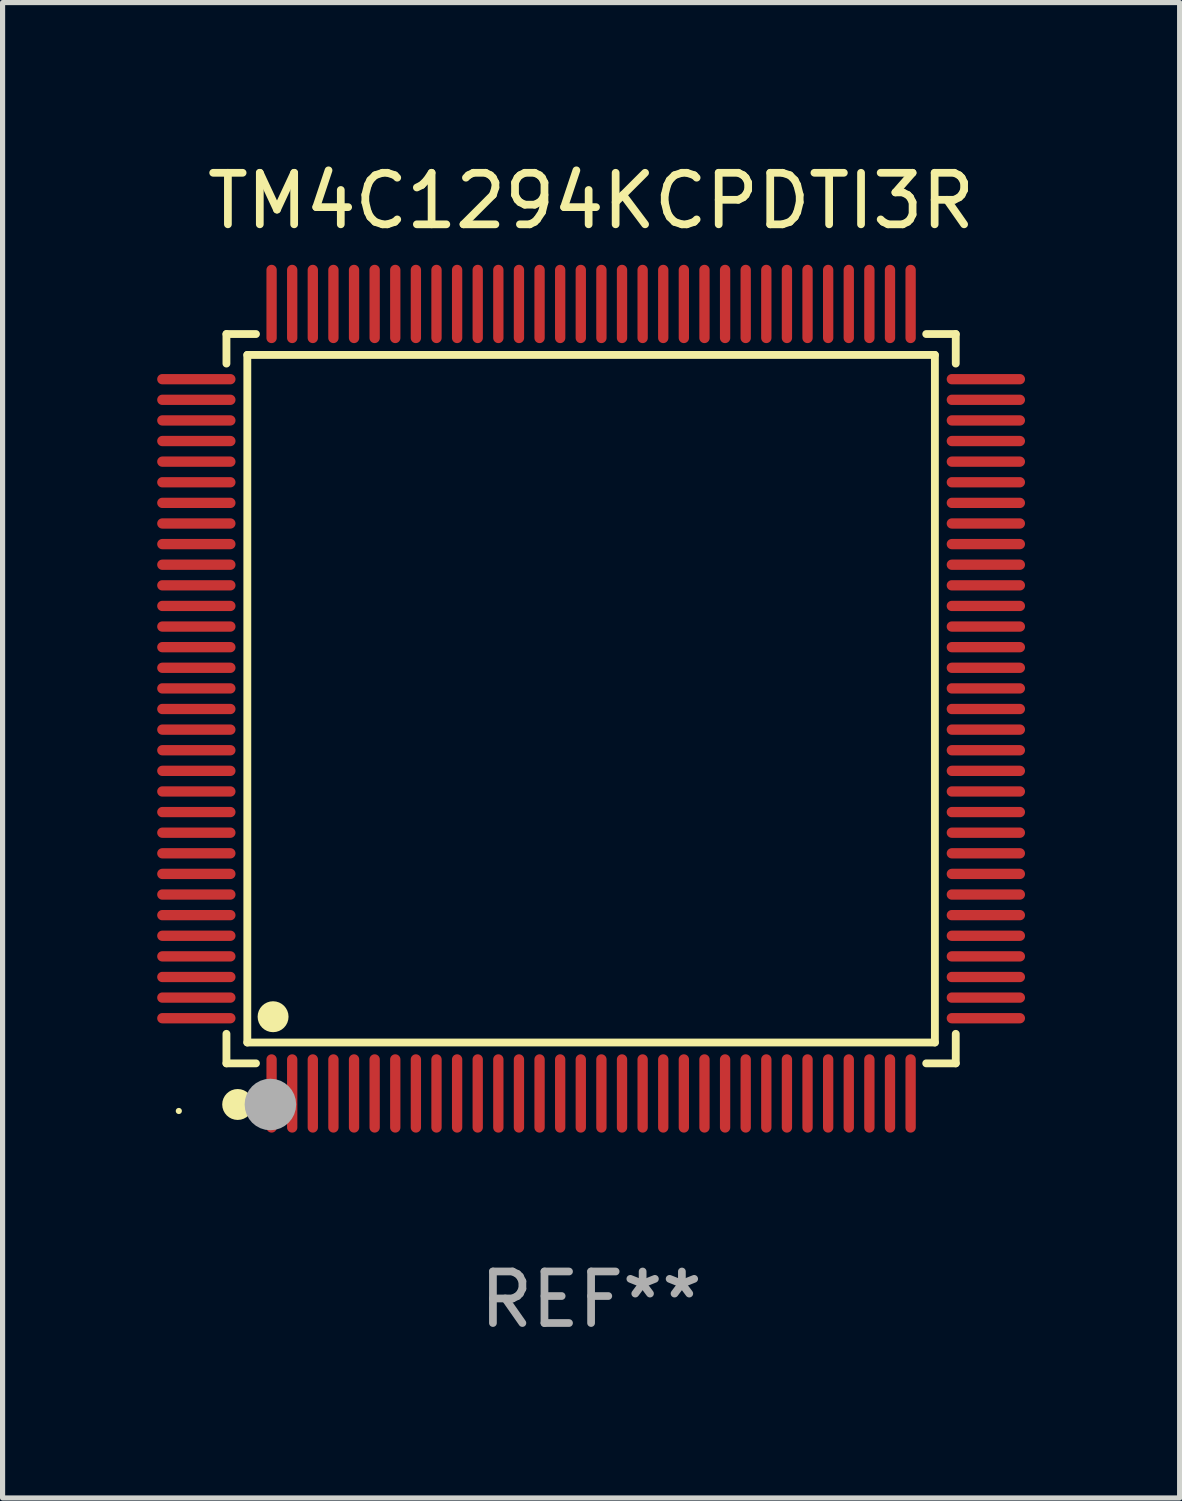
<source format=kicad_pcb>
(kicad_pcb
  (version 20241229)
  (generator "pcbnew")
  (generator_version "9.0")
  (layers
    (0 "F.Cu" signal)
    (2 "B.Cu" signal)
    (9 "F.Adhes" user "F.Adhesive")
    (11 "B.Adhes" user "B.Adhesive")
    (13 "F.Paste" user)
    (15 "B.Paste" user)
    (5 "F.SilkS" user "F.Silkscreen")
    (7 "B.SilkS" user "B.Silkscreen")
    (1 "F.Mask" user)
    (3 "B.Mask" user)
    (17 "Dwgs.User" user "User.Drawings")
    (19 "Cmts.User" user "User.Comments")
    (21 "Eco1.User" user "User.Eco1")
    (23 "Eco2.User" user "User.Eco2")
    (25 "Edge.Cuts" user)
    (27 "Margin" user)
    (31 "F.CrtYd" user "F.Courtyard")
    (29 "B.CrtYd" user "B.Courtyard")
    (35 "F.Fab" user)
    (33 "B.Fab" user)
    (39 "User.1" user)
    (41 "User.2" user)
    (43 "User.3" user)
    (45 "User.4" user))
  (footprint "TM4C1294KCPDTI3R"
    (layer "F.Cu")
    (at 8.42 10.508)
    (property "Reference" "TM4C1294KCPDTI3R" (at 0 -9.66 0) (layer "F.SilkS") (effects (font (size 1 1) (thickness 0.15))))
    (attr through_hole)
    (fp_line (start -7.076 -7.076) (end -6.503 -7.076) (stroke (width 0.152) (type solid)) (layer "F.SilkS"))
    (fp_line (start -7.076 -6.503) (end -7.076 -7.076) (stroke (width 0.152) (type solid)) (layer "F.SilkS"))
    (fp_line (start -7.076 6.503) (end -7.076 7.076) (stroke (width 0.152) (type solid)) (layer "F.SilkS"))
    (fp_line (start -7.076 7.076) (end -6.503 7.076) (stroke (width 0.152) (type solid)) (layer "F.SilkS"))
    (fp_line (start -6.671 -6.671) (end 6.671 -6.671) (stroke (width 0.152) (type solid)) (layer "F.SilkS"))
    (fp_line (start -6.671 6.671) (end -6.671 -6.671) (stroke (width 0.152) (type solid)) (layer "F.SilkS"))
    (fp_line (start 6.671 -6.671) (end 6.671 6.671) (stroke (width 0.152) (type solid)) (layer "F.SilkS"))
    (fp_line (start 6.671 6.671) (end -6.671 6.671) (stroke (width 0.152) (type solid)) (layer "F.SilkS"))
    (fp_line (start 7.076 -7.076) (end 6.503 -7.076) (stroke (width 0.152) (type solid)) (layer "F.SilkS"))
    (fp_line (start 7.076 -6.503) (end 7.076 -7.076) (stroke (width 0.152) (type solid)) (layer "F.SilkS"))
    (fp_line (start 7.076 6.503) (end 7.076 7.076) (stroke (width 0.152) (type solid)) (layer "F.SilkS"))
    (fp_line (start 7.076 7.076) (end 6.503 7.076) (stroke (width 0.152) (type solid)) (layer "F.SilkS"))
    (fp_circle (center -8 8) (end -7.97 8) (stroke (width 0.06) (type solid)) (fill no) (layer "F.SilkS"))
    (fp_circle (center -6.858 7.874) (end -6.708 7.874) (stroke (width 0.3) (type solid)) (fill no) (layer "F.SilkS"))
    (fp_circle (center -6.171 6.171) (end -6.021 6.171) (stroke (width 0.3) (type solid)) (fill no) (layer "F.SilkS"))
    (fp_circle (center -6.223 7.874) (end -5.973 7.874) (stroke (width 0.5) (type solid)) (fill no) (layer "F.Fab"))
    (fp_text user "REF**" (at 0 11.66 0) (layer "F.Fab") (effects (font (size 1 1) (thickness 0.15))))
    (pad "1" smd oval (at -6.2 7.66) (size 0.2 1.52) (layers "F.Cu" "F.Mask" "F.Paste"))
    (pad "2" smd oval (at -5.8 7.66) (size 0.2 1.52) (layers "F.Cu" "F.Mask" "F.Paste"))
    (pad "3" smd oval (at -5.4 7.66) (size 0.2 1.52) (layers "F.Cu" "F.Mask" "F.Paste"))
    (pad "4" smd oval (at -5 7.66) (size 0.2 1.52) (layers "F.Cu" "F.Mask" "F.Paste"))
    (pad "5" smd oval (at -4.6 7.66) (size 0.2 1.52) (layers "F.Cu" "F.Mask" "F.Paste"))
    (pad "6" smd oval (at -4.2 7.66) (size 0.2 1.52) (layers "F.Cu" "F.Mask" "F.Paste"))
    (pad "7" smd oval (at -3.8 7.66) (size 0.2 1.52) (layers "F.Cu" "F.Mask" "F.Paste"))
    (pad "8" smd oval (at -3.4 7.66) (size 0.2 1.52) (layers "F.Cu" "F.Mask" "F.Paste"))
    (pad "9" smd oval (at -3 7.66) (size 0.2 1.52) (layers "F.Cu" "F.Mask" "F.Paste"))
    (pad "10" smd oval (at -2.6 7.66) (size 0.2 1.52) (layers "F.Cu" "F.Mask" "F.Paste"))
    (pad "11" smd oval (at -2.2 7.66) (size 0.2 1.52) (layers "F.Cu" "F.Mask" "F.Paste"))
    (pad "12" smd oval (at -1.8 7.66) (size 0.2 1.52) (layers "F.Cu" "F.Mask" "F.Paste"))
    (pad "13" smd oval (at -1.4 7.66) (size 0.2 1.52) (layers "F.Cu" "F.Mask" "F.Paste"))
    (pad "14" smd oval (at -1 7.66) (size 0.2 1.52) (layers "F.Cu" "F.Mask" "F.Paste"))
    (pad "15" smd oval (at -0.6 7.66) (size 0.2 1.52) (layers "F.Cu" "F.Mask" "F.Paste"))
    (pad "16" smd oval (at -0.2 7.66) (size 0.2 1.52) (layers "F.Cu" "F.Mask" "F.Paste"))
    (pad "17" smd oval (at 0.2 7.66) (size 0.2 1.52) (layers "F.Cu" "F.Mask" "F.Paste"))
    (pad "18" smd oval (at 0.6 7.66) (size 0.2 1.52) (layers "F.Cu" "F.Mask" "F.Paste"))
    (pad "19" smd oval (at 1 7.66) (size 0.2 1.52) (layers "F.Cu" "F.Mask" "F.Paste"))
    (pad "20" smd oval (at 1.4 7.66) (size 0.2 1.52) (layers "F.Cu" "F.Mask" "F.Paste"))
    (pad "21" smd oval (at 1.8 7.66) (size 0.2 1.52) (layers "F.Cu" "F.Mask" "F.Paste"))
    (pad "22" smd oval (at 2.2 7.66) (size 0.2 1.52) (layers "F.Cu" "F.Mask" "F.Paste"))
    (pad "23" smd oval (at 2.6 7.66) (size 0.2 1.52) (layers "F.Cu" "F.Mask" "F.Paste"))
    (pad "24" smd oval (at 3 7.66) (size 0.2 1.52) (layers "F.Cu" "F.Mask" "F.Paste"))
    (pad "25" smd oval (at 3.4 7.66) (size 0.2 1.52) (layers "F.Cu" "F.Mask" "F.Paste"))
    (pad "26" smd oval (at 3.8 7.66) (size 0.2 1.52) (layers "F.Cu" "F.Mask" "F.Paste"))
    (pad "27" smd oval (at 4.2 7.66) (size 0.2 1.52) (layers "F.Cu" "F.Mask" "F.Paste"))
    (pad "28" smd oval (at 4.6 7.66) (size 0.2 1.52) (layers "F.Cu" "F.Mask" "F.Paste"))
    (pad "29" smd oval (at 5 7.66) (size 0.2 1.52) (layers "F.Cu" "F.Mask" "F.Paste"))
    (pad "30" smd oval (at 5.4 7.66) (size 0.2 1.52) (layers "F.Cu" "F.Mask" "F.Paste"))
    (pad "31" smd oval (at 5.8 7.66) (size 0.2 1.52) (layers "F.Cu" "F.Mask" "F.Paste"))
    (pad "32" smd oval (at 6.2 7.66) (size 0.2 1.52) (layers "F.Cu" "F.Mask" "F.Paste"))
    (pad "33" smd oval (at 7.66 6.2) (size 1.52 0.2) (layers "F.Cu" "F.Mask" "F.Paste"))
    (pad "34" smd oval (at 7.66 5.8) (size 1.52 0.2) (layers "F.Cu" "F.Mask" "F.Paste"))
    (pad "35" smd oval (at 7.66 5.4) (size 1.52 0.2) (layers "F.Cu" "F.Mask" "F.Paste"))
    (pad "36" smd oval (at 7.66 5) (size 1.52 0.2) (layers "F.Cu" "F.Mask" "F.Paste"))
    (pad "37" smd oval (at 7.66 4.6) (size 1.52 0.2) (layers "F.Cu" "F.Mask" "F.Paste"))
    (pad "38" smd oval (at 7.66 4.2) (size 1.52 0.2) (layers "F.Cu" "F.Mask" "F.Paste"))
    (pad "39" smd oval (at 7.66 3.8) (size 1.52 0.2) (layers "F.Cu" "F.Mask" "F.Paste"))
    (pad "40" smd oval (at 7.66 3.4) (size 1.52 0.2) (layers "F.Cu" "F.Mask" "F.Paste"))
    (pad "41" smd oval (at 7.66 3) (size 1.52 0.2) (layers "F.Cu" "F.Mask" "F.Paste"))
    (pad "42" smd oval (at 7.66 2.6) (size 1.52 0.2) (layers "F.Cu" "F.Mask" "F.Paste"))
    (pad "43" smd oval (at 7.66 2.2) (size 1.52 0.2) (layers "F.Cu" "F.Mask" "F.Paste"))
    (pad "44" smd oval (at 7.66 1.8) (size 1.52 0.2) (layers "F.Cu" "F.Mask" "F.Paste"))
    (pad "45" smd oval (at 7.66 1.4) (size 1.52 0.2) (layers "F.Cu" "F.Mask" "F.Paste"))
    (pad "46" smd oval (at 7.66 1) (size 1.52 0.2) (layers "F.Cu" "F.Mask" "F.Paste"))
    (pad "47" smd oval (at 7.66 0.6) (size 1.52 0.2) (layers "F.Cu" "F.Mask" "F.Paste"))
    (pad "48" smd oval (at 7.66 0.2) (size 1.52 0.2) (layers "F.Cu" "F.Mask" "F.Paste"))
    (pad "49" smd oval (at 7.66 -0.2) (size 1.52 0.2) (layers "F.Cu" "F.Mask" "F.Paste"))
    (pad "50" smd oval (at 7.66 -0.6) (size 1.52 0.2) (layers "F.Cu" "F.Mask" "F.Paste"))
    (pad "51" smd oval (at 7.66 -1) (size 1.52 0.2) (layers "F.Cu" "F.Mask" "F.Paste"))
    (pad "52" smd oval (at 7.66 -1.4) (size 1.52 0.2) (layers "F.Cu" "F.Mask" "F.Paste"))
    (pad "53" smd oval (at 7.66 -1.8) (size 1.52 0.2) (layers "F.Cu" "F.Mask" "F.Paste"))
    (pad "54" smd oval (at 7.66 -2.2) (size 1.52 0.2) (layers "F.Cu" "F.Mask" "F.Paste"))
    (pad "55" smd oval (at 7.66 -2.6) (size 1.52 0.2) (layers "F.Cu" "F.Mask" "F.Paste"))
    (pad "56" smd oval (at 7.66 -3) (size 1.52 0.2) (layers "F.Cu" "F.Mask" "F.Paste"))
    (pad "57" smd oval (at 7.66 -3.4) (size 1.52 0.2) (layers "F.Cu" "F.Mask" "F.Paste"))
    (pad "58" smd oval (at 7.66 -3.8) (size 1.52 0.2) (layers "F.Cu" "F.Mask" "F.Paste"))
    (pad "59" smd oval (at 7.66 -4.2) (size 1.52 0.2) (layers "F.Cu" "F.Mask" "F.Paste"))
    (pad "60" smd oval (at 7.66 -4.6) (size 1.52 0.2) (layers "F.Cu" "F.Mask" "F.Paste"))
    (pad "61" smd oval (at 7.66 -5) (size 1.52 0.2) (layers "F.Cu" "F.Mask" "F.Paste"))
    (pad "62" smd oval (at 7.66 -5.4) (size 1.52 0.2) (layers "F.Cu" "F.Mask" "F.Paste"))
    (pad "63" smd oval (at 7.66 -5.8) (size 1.52 0.2) (layers "F.Cu" "F.Mask" "F.Paste"))
    (pad "64" smd oval (at 7.66 -6.2) (size 1.52 0.2) (layers "F.Cu" "F.Mask" "F.Paste"))
    (pad "65" smd oval (at 6.2 -7.66) (size 0.2 1.52) (layers "F.Cu" "F.Mask" "F.Paste"))
    (pad "66" smd oval (at 5.8 -7.66) (size 0.2 1.52) (layers "F.Cu" "F.Mask" "F.Paste"))
    (pad "67" smd oval (at 5.4 -7.66) (size 0.2 1.52) (layers "F.Cu" "F.Mask" "F.Paste"))
    (pad "68" smd oval (at 5 -7.66) (size 0.2 1.52) (layers "F.Cu" "F.Mask" "F.Paste"))
    (pad "69" smd oval (at 4.6 -7.66) (size 0.2 1.52) (layers "F.Cu" "F.Mask" "F.Paste"))
    (pad "70" smd oval (at 4.2 -7.66) (size 0.2 1.52) (layers "F.Cu" "F.Mask" "F.Paste"))
    (pad "71" smd oval (at 3.8 -7.66) (size 0.2 1.52) (layers "F.Cu" "F.Mask" "F.Paste"))
    (pad "72" smd oval (at 3.4 -7.66) (size 0.2 1.52) (layers "F.Cu" "F.Mask" "F.Paste"))
    (pad "73" smd oval (at 3 -7.66) (size 0.2 1.52) (layers "F.Cu" "F.Mask" "F.Paste"))
    (pad "74" smd oval (at 2.6 -7.66) (size 0.2 1.52) (layers "F.Cu" "F.Mask" "F.Paste"))
    (pad "75" smd oval (at 2.2 -7.66) (size 0.2 1.52) (layers "F.Cu" "F.Mask" "F.Paste"))
    (pad "76" smd oval (at 1.8 -7.66) (size 0.2 1.52) (layers "F.Cu" "F.Mask" "F.Paste"))
    (pad "77" smd oval (at 1.4 -7.66) (size 0.2 1.52) (layers "F.Cu" "F.Mask" "F.Paste"))
    (pad "78" smd oval (at 1 -7.66) (size 0.2 1.52) (layers "F.Cu" "F.Mask" "F.Paste"))
    (pad "79" smd oval (at 0.6 -7.66) (size 0.2 1.52) (layers "F.Cu" "F.Mask" "F.Paste"))
    (pad "80" smd oval (at 0.2 -7.66) (size 0.2 1.52) (layers "F.Cu" "F.Mask" "F.Paste"))
    (pad "81" smd oval (at -0.2 -7.66) (size 0.2 1.52) (layers "F.Cu" "F.Mask" "F.Paste"))
    (pad "82" smd oval (at -0.6 -7.66) (size 0.2 1.52) (layers "F.Cu" "F.Mask" "F.Paste"))
    (pad "83" smd oval (at -1 -7.66) (size 0.2 1.52) (layers "F.Cu" "F.Mask" "F.Paste"))
    (pad "84" smd oval (at -1.4 -7.66) (size 0.2 1.52) (layers "F.Cu" "F.Mask" "F.Paste"))
    (pad "85" smd oval (at -1.8 -7.66) (size 0.2 1.52) (layers "F.Cu" "F.Mask" "F.Paste"))
    (pad "86" smd oval (at -2.2 -7.66) (size 0.2 1.52) (layers "F.Cu" "F.Mask" "F.Paste"))
    (pad "87" smd oval (at -2.6 -7.66) (size 0.2 1.52) (layers "F.Cu" "F.Mask" "F.Paste"))
    (pad "88" smd oval (at -3 -7.66) (size 0.2 1.52) (layers "F.Cu" "F.Mask" "F.Paste"))
    (pad "89" smd oval (at -3.4 -7.66) (size 0.2 1.52) (layers "F.Cu" "F.Mask" "F.Paste"))
    (pad "90" smd oval (at -3.8 -7.66) (size 0.2 1.52) (layers "F.Cu" "F.Mask" "F.Paste"))
    (pad "91" smd oval (at -4.2 -7.66) (size 0.2 1.52) (layers "F.Cu" "F.Mask" "F.Paste"))
    (pad "92" smd oval (at -4.6 -7.66) (size 0.2 1.52) (layers "F.Cu" "F.Mask" "F.Paste"))
    (pad "93" smd oval (at -5 -7.66) (size 0.2 1.52) (layers "F.Cu" "F.Mask" "F.Paste"))
    (pad "94" smd oval (at -5.4 -7.66) (size 0.2 1.52) (layers "F.Cu" "F.Mask" "F.Paste"))
    (pad "95" smd oval (at -5.8 -7.66) (size 0.2 1.52) (layers "F.Cu" "F.Mask" "F.Paste"))
    (pad "96" smd oval (at -6.2 -7.66) (size 0.2 1.52) (layers "F.Cu" "F.Mask" "F.Paste"))
    (pad "97" smd oval (at -7.66 -6.2) (size 1.52 0.2) (layers "F.Cu" "F.Mask" "F.Paste"))
    (pad "98" smd oval (at -7.66 -5.8) (size 1.52 0.2) (layers "F.Cu" "F.Mask" "F.Paste"))
    (pad "99" smd oval (at -7.66 -5.4) (size 1.52 0.2) (layers "F.Cu" "F.Mask" "F.Paste"))
    (pad "100" smd oval (at -7.66 -5) (size 1.52 0.2) (layers "F.Cu" "F.Mask" "F.Paste"))
    (pad "101" smd oval (at -7.66 -4.6) (size 1.52 0.2) (layers "F.Cu" "F.Mask" "F.Paste"))
    (pad "102" smd oval (at -7.66 -4.2) (size 1.52 0.2) (layers "F.Cu" "F.Mask" "F.Paste"))
    (pad "103" smd oval (at -7.66 -3.8) (size 1.52 0.2) (layers "F.Cu" "F.Mask" "F.Paste"))
    (pad "104" smd oval (at -7.66 -3.4) (size 1.52 0.2) (layers "F.Cu" "F.Mask" "F.Paste"))
    (pad "105" smd oval (at -7.66 -3) (size 1.52 0.2) (layers "F.Cu" "F.Mask" "F.Paste"))
    (pad "106" smd oval (at -7.66 -2.6) (size 1.52 0.2) (layers "F.Cu" "F.Mask" "F.Paste"))
    (pad "107" smd oval (at -7.66 -2.2) (size 1.52 0.2) (layers "F.Cu" "F.Mask" "F.Paste"))
    (pad "108" smd oval (at -7.66 -1.8) (size 1.52 0.2) (layers "F.Cu" "F.Mask" "F.Paste"))
    (pad "109" smd oval (at -7.66 -1.4) (size 1.52 0.2) (layers "F.Cu" "F.Mask" "F.Paste"))
    (pad "110" smd oval (at -7.66 -1) (size 1.52 0.2) (layers "F.Cu" "F.Mask" "F.Paste"))
    (pad "111" smd oval (at -7.66 -0.6) (size 1.52 0.2) (layers "F.Cu" "F.Mask" "F.Paste"))
    (pad "112" smd oval (at -7.66 -0.2) (size 1.52 0.2) (layers "F.Cu" "F.Mask" "F.Paste"))
    (pad "113" smd oval (at -7.66 0.2) (size 1.52 0.2) (layers "F.Cu" "F.Mask" "F.Paste"))
    (pad "114" smd oval (at -7.66 0.6) (size 1.52 0.2) (layers "F.Cu" "F.Mask" "F.Paste"))
    (pad "115" smd oval (at -7.66 1) (size 1.52 0.2) (layers "F.Cu" "F.Mask" "F.Paste"))
    (pad "116" smd oval (at -7.66 1.4) (size 1.52 0.2) (layers "F.Cu" "F.Mask" "F.Paste"))
    (pad "117" smd oval (at -7.66 1.8) (size 1.52 0.2) (layers "F.Cu" "F.Mask" "F.Paste"))
    (pad "118" smd oval (at -7.66 2.2) (size 1.52 0.2) (layers "F.Cu" "F.Mask" "F.Paste"))
    (pad "119" smd oval (at -7.66 2.6) (size 1.52 0.2) (layers "F.Cu" "F.Mask" "F.Paste"))
    (pad "120" smd oval (at -7.66 3) (size 1.52 0.2) (layers "F.Cu" "F.Mask" "F.Paste"))
    (pad "121" smd oval (at -7.66 3.4) (size 1.52 0.2) (layers "F.Cu" "F.Mask" "F.Paste"))
    (pad "122" smd oval (at -7.66 3.8) (size 1.52 0.2) (layers "F.Cu" "F.Mask" "F.Paste"))
    (pad "123" smd oval (at -7.66 4.2) (size 1.52 0.2) (layers "F.Cu" "F.Mask" "F.Paste"))
    (pad "124" smd oval (at -7.66 4.6) (size 1.52 0.2) (layers "F.Cu" "F.Mask" "F.Paste"))
    (pad "125" smd oval (at -7.66 5) (size 1.52 0.2) (layers "F.Cu" "F.Mask" "F.Paste"))
    (pad "126" smd oval (at -7.66 5.4) (size 1.52 0.2) (layers "F.Cu" "F.Mask" "F.Paste"))
    (pad "127" smd oval (at -7.66 5.8) (size 1.52 0.2) (layers "F.Cu" "F.Mask" "F.Paste"))
    (pad "128" smd oval (at -7.66 6.2) (size 1.52 0.2) (layers "F.Cu" "F.Mask" "F.Paste")))
  (gr_rect
    (start -3 -3)
    (end 19.84 26.017)
    (stroke (width 0.1) (type default))
    (fill no)
    (layer "Edge.Cuts")))
</source>
